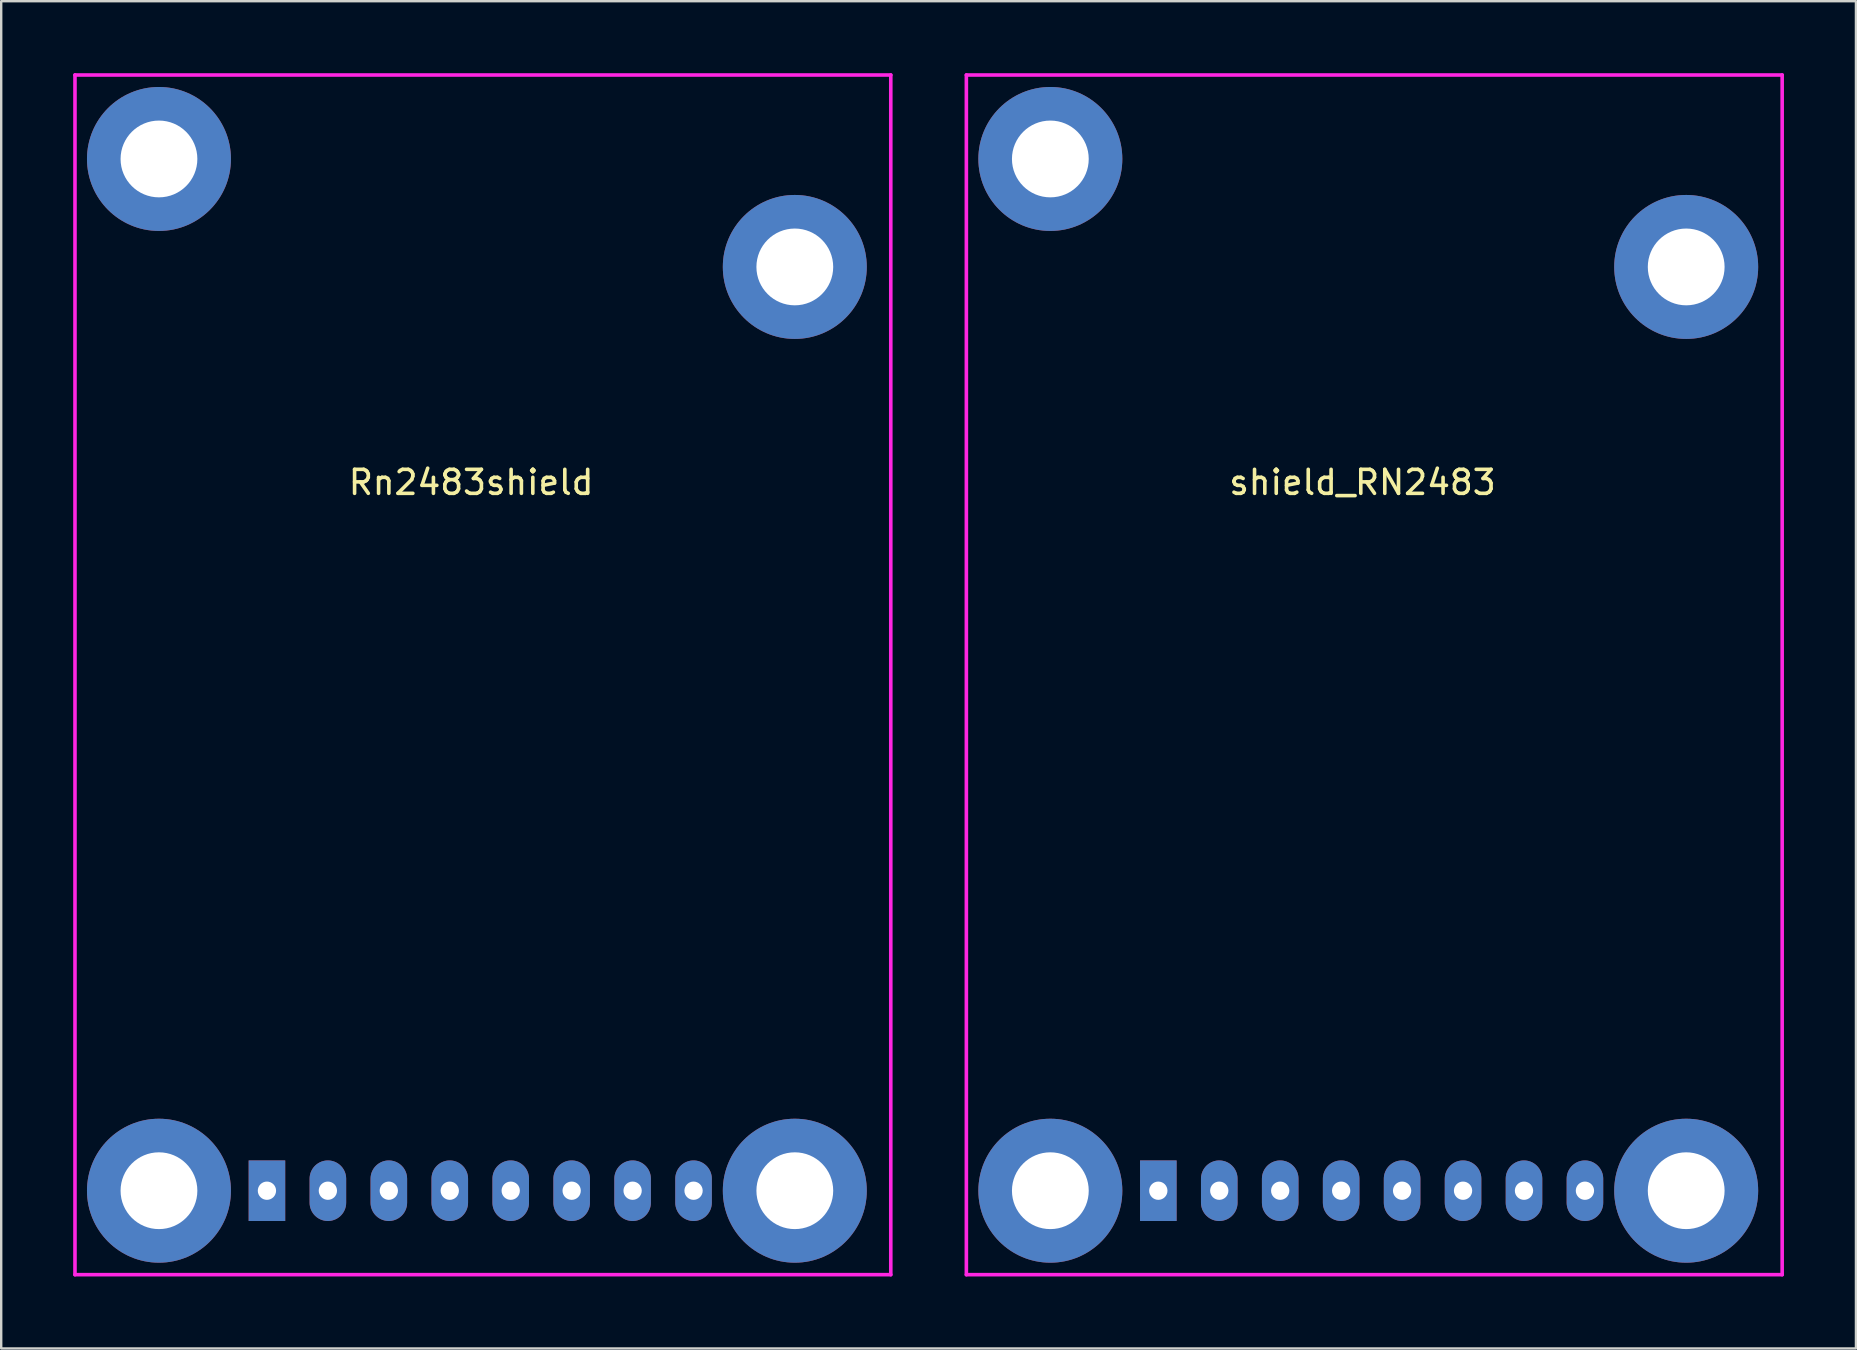
<source format=kicad_pcb>
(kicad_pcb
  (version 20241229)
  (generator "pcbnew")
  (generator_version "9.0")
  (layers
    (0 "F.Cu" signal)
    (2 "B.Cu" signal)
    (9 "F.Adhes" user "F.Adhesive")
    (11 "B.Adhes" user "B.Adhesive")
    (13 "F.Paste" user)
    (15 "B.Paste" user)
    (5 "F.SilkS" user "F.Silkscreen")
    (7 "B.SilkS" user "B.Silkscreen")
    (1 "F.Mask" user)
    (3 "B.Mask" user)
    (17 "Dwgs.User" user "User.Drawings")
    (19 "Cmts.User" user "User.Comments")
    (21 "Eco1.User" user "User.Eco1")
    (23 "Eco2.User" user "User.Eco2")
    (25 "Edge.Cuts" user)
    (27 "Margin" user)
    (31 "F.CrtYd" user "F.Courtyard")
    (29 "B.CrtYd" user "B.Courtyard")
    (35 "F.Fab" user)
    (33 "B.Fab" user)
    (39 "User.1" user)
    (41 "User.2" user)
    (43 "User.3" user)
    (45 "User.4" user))
  (footprint "shield_RN2483"
    (layer "F.Cu")
    (at 55.005 24.675)
    (property "Reference" "shield_RN2483" (at -1.27 -7.62 0) (layer "F.SilkS") (effects (font (size 1 1) (thickness 0.15))))
    (attr through_hole)
    (fp_line (start -17.78 -24.6) (end -17.78 25.4) (stroke (width 0.15) (type solid)) (layer "F.CrtYd"))
    (fp_line (start -17.78 25.4) (end 16.22 25.4) (stroke (width 0.15) (type solid)) (layer "F.CrtYd"))
    (fp_line (start 16.22 -24.6) (end -17.78 -24.6) (stroke (width 0.15) (type solid)) (layer "F.CrtYd"))
    (fp_line (start 16.22 25.4) (end 16.22 -24.6) (stroke (width 0.15) (type solid)) (layer "F.CrtYd"))
    (pad "" np_thru_hole circle (at -14.28 -21.1) (size 6 6) (drill 3.2) (layers "*.Cu" "*.Mask"))
    (pad "" np_thru_hole circle (at -14.28 21.9) (size 6 6) (drill 3.2) (layers "*.Cu" "*.Mask"))
    (pad "" np_thru_hole circle (at 12.22 -16.6) (size 6 6) (drill 3.2) (layers "*.Cu" "*.Mask"))
    (pad "" np_thru_hole circle (at 12.22 21.9) (size 6 6) (drill 3.2) (layers "*.Cu" "*.Mask"))
    (pad "1" thru_hole rect (at -9.78 21.9) (size 1.524 2.524) (drill 0.762) (layers "*.Cu" "*.Mask"))
    (pad "2" thru_hole oval (at -7.24 21.9) (size 1.524 2.524) (drill 0.762) (layers "*.Cu" "*.Mask"))
    (pad "3" thru_hole oval (at -4.7 21.9) (size 1.524 2.524) (drill 0.762) (layers "*.Cu" "*.Mask"))
    (pad "4" thru_hole oval (at -2.16 21.9) (size 1.524 2.524) (drill 0.762) (layers "*.Cu" "*.Mask"))
    (pad "5" thru_hole oval (at 0.38 21.9) (size 1.524 2.524) (drill 0.762) (layers "*.Cu" "*.Mask"))
    (pad "6" thru_hole oval (at 2.92 21.9) (size 1.524 2.524) (drill 0.762) (layers "*.Cu" "*.Mask"))
    (pad "7" thru_hole oval (at 5.46 21.9) (size 1.524 2.524) (drill 0.762) (layers "*.Cu" "*.Mask"))
    (pad "8" thru_hole oval (at 8 21.9) (size 1.524 2.524) (drill 0.762) (layers "*.Cu" "*.Mask")))
  (footprint "Rn2483shield"
    (layer "F.Cu")
    (at 17.855 24.675)
    (property "Reference" "Rn2483shield" (at -1.27 -7.62 0) (layer "F.SilkS") (effects (font (size 1 1) (thickness 0.15))))
    (attr through_hole)
    (fp_line (start -17.78 -24.6) (end -17.78 25.4) (stroke (width 0.15) (type solid)) (layer "F.CrtYd"))
    (fp_line (start -17.78 25.4) (end 16.22 25.4) (stroke (width 0.15) (type solid)) (layer "F.CrtYd"))
    (fp_line (start 16.22 -24.6) (end -17.78 -24.6) (stroke (width 0.15) (type solid)) (layer "F.CrtYd"))
    (fp_line (start 16.22 25.4) (end 16.22 -24.6) (stroke (width 0.15) (type solid)) (layer "F.CrtYd"))
    (pad "" np_thru_hole circle (at -14.28 -21.1) (size 6 6) (drill 3.2) (layers "*.Cu" "*.Mask"))
    (pad "" np_thru_hole circle (at -14.28 21.9) (size 6 6) (drill 3.2) (layers "*.Cu" "*.Mask"))
    (pad "" np_thru_hole circle (at 12.22 -16.6) (size 6 6) (drill 3.2) (layers "*.Cu" "*.Mask"))
    (pad "" np_thru_hole circle (at 12.22 21.9) (size 6 6) (drill 3.2) (layers "*.Cu" "*.Mask"))
    (pad "1" thru_hole rect (at -9.78 21.9) (size 1.524 2.524) (drill 0.762) (layers "*.Cu" "*.Mask"))
    (pad "2" thru_hole oval (at -7.24 21.9) (size 1.524 2.524) (drill 0.762) (layers "*.Cu" "*.Mask"))
    (pad "3" thru_hole oval (at -4.7 21.9) (size 1.524 2.524) (drill 0.762) (layers "*.Cu" "*.Mask"))
    (pad "4" thru_hole oval (at -2.16 21.9) (size 1.524 2.524) (drill 0.762) (layers "*.Cu" "*.Mask"))
    (pad "5" thru_hole oval (at 0.38 21.9) (size 1.524 2.524) (drill 0.762) (layers "*.Cu" "*.Mask"))
    (pad "6" thru_hole oval (at 2.92 21.9) (size 1.524 2.524) (drill 0.762) (layers "*.Cu" "*.Mask"))
    (pad "7" thru_hole oval (at 5.46 21.9) (size 1.524 2.524) (drill 0.762) (layers "*.Cu" "*.Mask"))
    (pad "8" thru_hole oval (at 8 21.9) (size 1.524 2.524) (drill 0.762) (layers "*.Cu" "*.Mask")))
  (gr_rect
    (start -3 -3)
    (end 74.3 53.15)
    (stroke (width 0.1) (type default))
    (fill no)
    (layer "Edge.Cuts")))
</source>
